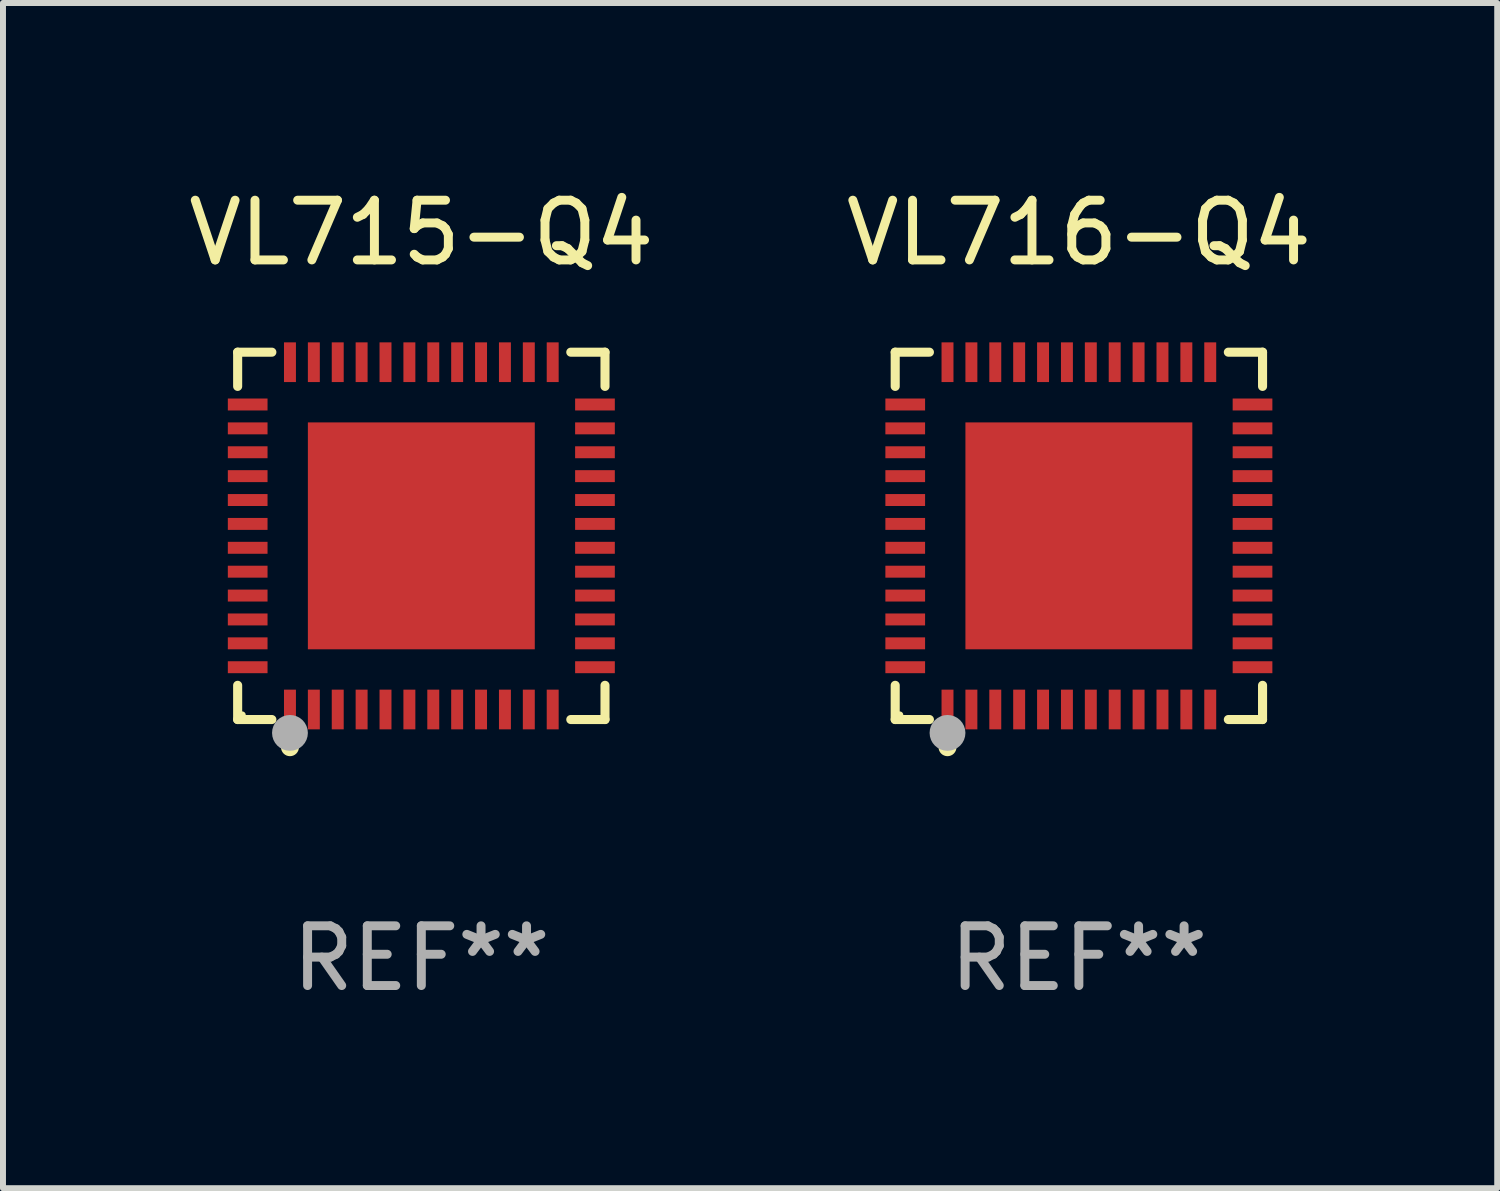
<source format=kicad_pcb>
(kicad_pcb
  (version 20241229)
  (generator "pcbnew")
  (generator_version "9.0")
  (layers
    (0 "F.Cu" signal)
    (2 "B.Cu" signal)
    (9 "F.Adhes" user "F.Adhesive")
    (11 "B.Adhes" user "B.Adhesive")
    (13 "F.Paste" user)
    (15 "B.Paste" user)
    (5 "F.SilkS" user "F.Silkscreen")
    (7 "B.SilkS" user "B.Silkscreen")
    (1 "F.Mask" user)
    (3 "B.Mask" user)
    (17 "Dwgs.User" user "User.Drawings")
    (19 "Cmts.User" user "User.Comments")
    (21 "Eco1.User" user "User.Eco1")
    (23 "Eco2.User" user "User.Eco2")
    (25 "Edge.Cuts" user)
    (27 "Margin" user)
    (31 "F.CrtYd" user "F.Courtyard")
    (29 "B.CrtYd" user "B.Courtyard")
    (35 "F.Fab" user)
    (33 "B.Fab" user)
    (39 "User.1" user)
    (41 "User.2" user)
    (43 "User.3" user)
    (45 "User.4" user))
  (footprint "VL716-Q4"
    (layer "F.Cu")
    (at 15.018 5.924)
    (property "Reference" "VL716-Q4" (at 0 -5.076 0) (layer "F.SilkS") (effects (font (size 1 1) (thickness 0.15))))
    (attr through_hole)
    (fp_line (start -3.076 -3.076) (end -2.503 -3.076) (stroke (width 0.152) (type solid)) (layer "F.SilkS"))
    (fp_line (start -3.076 -2.503) (end -3.076 -3.076) (stroke (width 0.152) (type solid)) (layer "F.SilkS"))
    (fp_line (start -3.076 2.503) (end -3.076 3.076) (stroke (width 0.152) (type solid)) (layer "F.SilkS"))
    (fp_line (start -3.076 3.076) (end -2.503 3.076) (stroke (width 0.152) (type solid)) (layer "F.SilkS"))
    (fp_line (start 3.076 -3.076) (end 2.503 -3.076) (stroke (width 0.152) (type solid)) (layer "F.SilkS"))
    (fp_line (start 3.076 -2.503) (end 3.076 -3.076) (stroke (width 0.152) (type solid)) (layer "F.SilkS"))
    (fp_line (start 3.076 2.503) (end 3.076 3.076) (stroke (width 0.152) (type solid)) (layer "F.SilkS"))
    (fp_line (start 3.076 3.076) (end 2.503 3.076) (stroke (width 0.152) (type solid)) (layer "F.SilkS"))
    (fp_circle (center -3 3) (end -2.97 3) (stroke (width 0.06) (type solid)) (fill no) (layer "F.SilkS"))
    (fp_circle (center -2.2 3.54) (end -2.125 3.54) (stroke (width 0.15) (type solid)) (fill no) (layer "F.SilkS"))
    (fp_circle (center -2.2 3.3) (end -2.05 3.3) (stroke (width 0.3) (type solid)) (fill no) (layer "F.Fab"))
    (fp_text user "REF**" (at 0 7.076 0) (layer "F.Fab") (effects (font (size 1 1) (thickness 0.15))))
    (pad "1" smd rect (at -2.2 2.908) (size 0.2 0.665) (layers "F.Cu" "F.Mask" "F.Paste"))
    (pad "2" smd rect (at -1.8 2.908) (size 0.2 0.665) (layers "F.Cu" "F.Mask" "F.Paste"))
    (pad "3" smd rect (at -1.4 2.908) (size 0.2 0.665) (layers "F.Cu" "F.Mask" "F.Paste"))
    (pad "4" smd rect (at -1 2.908) (size 0.2 0.665) (layers "F.Cu" "F.Mask" "F.Paste"))
    (pad "5" smd rect (at -0.6 2.908) (size 0.2 0.665) (layers "F.Cu" "F.Mask" "F.Paste"))
    (pad "6" smd rect (at -0.2 2.908) (size 0.2 0.665) (layers "F.Cu" "F.Mask" "F.Paste"))
    (pad "7" smd rect (at 0.2 2.908) (size 0.2 0.665) (layers "F.Cu" "F.Mask" "F.Paste"))
    (pad "8" smd rect (at 0.6 2.908) (size 0.2 0.665) (layers "F.Cu" "F.Mask" "F.Paste"))
    (pad "9" smd rect (at 1 2.908) (size 0.2 0.665) (layers "F.Cu" "F.Mask" "F.Paste"))
    (pad "10" smd rect (at 1.4 2.908) (size 0.2 0.665) (layers "F.Cu" "F.Mask" "F.Paste"))
    (pad "11" smd rect (at 1.8 2.908) (size 0.2 0.665) (layers "F.Cu" "F.Mask" "F.Paste"))
    (pad "12" smd rect (at 2.2 2.908) (size 0.2 0.665) (layers "F.Cu" "F.Mask" "F.Paste"))
    (pad "13" smd rect (at 2.908 2.2) (size 0.665 0.2) (layers "F.Cu" "F.Mask" "F.Paste"))
    (pad "14" smd rect (at 2.908 1.8) (size 0.665 0.2) (layers "F.Cu" "F.Mask" "F.Paste"))
    (pad "15" smd rect (at 2.908 1.4) (size 0.665 0.2) (layers "F.Cu" "F.Mask" "F.Paste"))
    (pad "16" smd rect (at 2.908 1) (size 0.665 0.2) (layers "F.Cu" "F.Mask" "F.Paste"))
    (pad "17" smd rect (at 2.908 0.6) (size 0.665 0.2) (layers "F.Cu" "F.Mask" "F.Paste"))
    (pad "18" smd rect (at 2.908 0.2) (size 0.665 0.2) (layers "F.Cu" "F.Mask" "F.Paste"))
    (pad "19" smd rect (at 2.908 -0.2) (size 0.665 0.2) (layers "F.Cu" "F.Mask" "F.Paste"))
    (pad "20" smd rect (at 2.908 -0.6) (size 0.665 0.2) (layers "F.Cu" "F.Mask" "F.Paste"))
    (pad "21" smd rect (at 2.908 -1) (size 0.665 0.2) (layers "F.Cu" "F.Mask" "F.Paste"))
    (pad "22" smd rect (at 2.908 -1.4) (size 0.665 0.2) (layers "F.Cu" "F.Mask" "F.Paste"))
    (pad "23" smd rect (at 2.908 -1.8) (size 0.665 0.2) (layers "F.Cu" "F.Mask" "F.Paste"))
    (pad "24" smd rect (at 2.908 -2.2) (size 0.665 0.2) (layers "F.Cu" "F.Mask" "F.Paste"))
    (pad "25" smd rect (at 2.2 -2.908) (size 0.2 0.665) (layers "F.Cu" "F.Mask" "F.Paste"))
    (pad "26" smd rect (at 1.8 -2.908) (size 0.2 0.665) (layers "F.Cu" "F.Mask" "F.Paste"))
    (pad "27" smd rect (at 1.4 -2.908) (size 0.2 0.665) (layers "F.Cu" "F.Mask" "F.Paste"))
    (pad "28" smd rect (at 1 -2.908) (size 0.2 0.665) (layers "F.Cu" "F.Mask" "F.Paste"))
    (pad "29" smd rect (at 0.6 -2.908) (size 0.2 0.665) (layers "F.Cu" "F.Mask" "F.Paste"))
    (pad "30" smd rect (at 0.2 -2.908) (size 0.2 0.665) (layers "F.Cu" "F.Mask" "F.Paste"))
    (pad "31" smd rect (at -0.2 -2.908) (size 0.2 0.665) (layers "F.Cu" "F.Mask" "F.Paste"))
    (pad "32" smd rect (at -0.6 -2.908) (size 0.2 0.665) (layers "F.Cu" "F.Mask" "F.Paste"))
    (pad "33" smd rect (at -1 -2.908) (size 0.2 0.665) (layers "F.Cu" "F.Mask" "F.Paste"))
    (pad "34" smd rect (at -1.4 -2.908) (size 0.2 0.665) (layers "F.Cu" "F.Mask" "F.Paste"))
    (pad "35" smd rect (at -1.8 -2.908) (size 0.2 0.665) (layers "F.Cu" "F.Mask" "F.Paste"))
    (pad "36" smd rect (at -2.2 -2.908) (size 0.2 0.665) (layers "F.Cu" "F.Mask" "F.Paste"))
    (pad "37" smd rect (at -2.908 -2.2) (size 0.665 0.2) (layers "F.Cu" "F.Mask" "F.Paste"))
    (pad "38" smd rect (at -2.908 -1.8) (size 0.665 0.2) (layers "F.Cu" "F.Mask" "F.Paste"))
    (pad "39" smd rect (at -2.908 -1.4) (size 0.665 0.2) (layers "F.Cu" "F.Mask" "F.Paste"))
    (pad "40" smd rect (at -2.908 -1) (size 0.665 0.2) (layers "F.Cu" "F.Mask" "F.Paste"))
    (pad "41" smd rect (at -2.908 -0.6) (size 0.665 0.2) (layers "F.Cu" "F.Mask" "F.Paste"))
    (pad "42" smd rect (at -2.908 -0.2) (size 0.665 0.2) (layers "F.Cu" "F.Mask" "F.Paste"))
    (pad "43" smd rect (at -2.908 0.2) (size 0.665 0.2) (layers "F.Cu" "F.Mask" "F.Paste"))
    (pad "44" smd rect (at -2.908 0.6) (size 0.665 0.2) (layers "F.Cu" "F.Mask" "F.Paste"))
    (pad "45" smd rect (at -2.908 1) (size 0.665 0.2) (layers "F.Cu" "F.Mask" "F.Paste"))
    (pad "46" smd rect (at -2.908 1.4) (size 0.665 0.2) (layers "F.Cu" "F.Mask" "F.Paste"))
    (pad "47" smd rect (at -2.908 1.8) (size 0.665 0.2) (layers "F.Cu" "F.Mask" "F.Paste"))
    (pad "48" smd rect (at -2.908 2.2) (size 0.665 0.2) (layers "F.Cu" "F.Mask" "F.Paste"))
    (pad "49" smd rect (at 0 0) (size 3.8 3.8) (layers "F.Cu" "F.Mask" "F.Paste")))
  (footprint "VL715-Q4"
    (layer "F.Cu")
    (at 4.006 5.924)
    (property "Reference" "VL715-Q4" (at 0 -5.076 0) (layer "F.SilkS") (effects (font (size 1 1) (thickness 0.15))))
    (attr through_hole)
    (fp_line (start -3.076 -3.076) (end -2.503 -3.076) (stroke (width 0.152) (type solid)) (layer "F.SilkS"))
    (fp_line (start -3.076 -2.503) (end -3.076 -3.076) (stroke (width 0.152) (type solid)) (layer "F.SilkS"))
    (fp_line (start -3.076 2.503) (end -3.076 3.076) (stroke (width 0.152) (type solid)) (layer "F.SilkS"))
    (fp_line (start -3.076 3.076) (end -2.503 3.076) (stroke (width 0.152) (type solid)) (layer "F.SilkS"))
    (fp_line (start 3.076 -3.076) (end 2.503 -3.076) (stroke (width 0.152) (type solid)) (layer "F.SilkS"))
    (fp_line (start 3.076 -2.503) (end 3.076 -3.076) (stroke (width 0.152) (type solid)) (layer "F.SilkS"))
    (fp_line (start 3.076 2.503) (end 3.076 3.076) (stroke (width 0.152) (type solid)) (layer "F.SilkS"))
    (fp_line (start 3.076 3.076) (end 2.503 3.076) (stroke (width 0.152) (type solid)) (layer "F.SilkS"))
    (fp_circle (center -3 3) (end -2.97 3) (stroke (width 0.06) (type solid)) (fill no) (layer "F.SilkS"))
    (fp_circle (center -2.2 3.54) (end -2.125 3.54) (stroke (width 0.15) (type solid)) (fill no) (layer "F.SilkS"))
    (fp_circle (center -2.2 3.3) (end -2.05 3.3) (stroke (width 0.3) (type solid)) (fill no) (layer "F.Fab"))
    (fp_text user "REF**" (at 0 7.076 0) (layer "F.Fab") (effects (font (size 1 1) (thickness 0.15))))
    (pad "1" smd rect (at -2.2 2.908) (size 0.2 0.665) (layers "F.Cu" "F.Mask" "F.Paste"))
    (pad "2" smd rect (at -1.8 2.908) (size 0.2 0.665) (layers "F.Cu" "F.Mask" "F.Paste"))
    (pad "3" smd rect (at -1.4 2.908) (size 0.2 0.665) (layers "F.Cu" "F.Mask" "F.Paste"))
    (pad "4" smd rect (at -1 2.908) (size 0.2 0.665) (layers "F.Cu" "F.Mask" "F.Paste"))
    (pad "5" smd rect (at -0.6 2.908) (size 0.2 0.665) (layers "F.Cu" "F.Mask" "F.Paste"))
    (pad "6" smd rect (at -0.2 2.908) (size 0.2 0.665) (layers "F.Cu" "F.Mask" "F.Paste"))
    (pad "7" smd rect (at 0.2 2.908) (size 0.2 0.665) (layers "F.Cu" "F.Mask" "F.Paste"))
    (pad "8" smd rect (at 0.6 2.908) (size 0.2 0.665) (layers "F.Cu" "F.Mask" "F.Paste"))
    (pad "9" smd rect (at 1 2.908) (size 0.2 0.665) (layers "F.Cu" "F.Mask" "F.Paste"))
    (pad "10" smd rect (at 1.4 2.908) (size 0.2 0.665) (layers "F.Cu" "F.Mask" "F.Paste"))
    (pad "11" smd rect (at 1.8 2.908) (size 0.2 0.665) (layers "F.Cu" "F.Mask" "F.Paste"))
    (pad "12" smd rect (at 2.2 2.908) (size 0.2 0.665) (layers "F.Cu" "F.Mask" "F.Paste"))
    (pad "13" smd rect (at 2.908 2.2) (size 0.665 0.2) (layers "F.Cu" "F.Mask" "F.Paste"))
    (pad "14" smd rect (at 2.908 1.8) (size 0.665 0.2) (layers "F.Cu" "F.Mask" "F.Paste"))
    (pad "15" smd rect (at 2.908 1.4) (size 0.665 0.2) (layers "F.Cu" "F.Mask" "F.Paste"))
    (pad "16" smd rect (at 2.908 1) (size 0.665 0.2) (layers "F.Cu" "F.Mask" "F.Paste"))
    (pad "17" smd rect (at 2.908 0.6) (size 0.665 0.2) (layers "F.Cu" "F.Mask" "F.Paste"))
    (pad "18" smd rect (at 2.908 0.2) (size 0.665 0.2) (layers "F.Cu" "F.Mask" "F.Paste"))
    (pad "19" smd rect (at 2.908 -0.2) (size 0.665 0.2) (layers "F.Cu" "F.Mask" "F.Paste"))
    (pad "20" smd rect (at 2.908 -0.6) (size 0.665 0.2) (layers "F.Cu" "F.Mask" "F.Paste"))
    (pad "21" smd rect (at 2.908 -1) (size 0.665 0.2) (layers "F.Cu" "F.Mask" "F.Paste"))
    (pad "22" smd rect (at 2.908 -1.4) (size 0.665 0.2) (layers "F.Cu" "F.Mask" "F.Paste"))
    (pad "23" smd rect (at 2.908 -1.8) (size 0.665 0.2) (layers "F.Cu" "F.Mask" "F.Paste"))
    (pad "24" smd rect (at 2.908 -2.2) (size 0.665 0.2) (layers "F.Cu" "F.Mask" "F.Paste"))
    (pad "25" smd rect (at 2.2 -2.908) (size 0.2 0.665) (layers "F.Cu" "F.Mask" "F.Paste"))
    (pad "26" smd rect (at 1.8 -2.908) (size 0.2 0.665) (layers "F.Cu" "F.Mask" "F.Paste"))
    (pad "27" smd rect (at 1.4 -2.908) (size 0.2 0.665) (layers "F.Cu" "F.Mask" "F.Paste"))
    (pad "28" smd rect (at 1 -2.908) (size 0.2 0.665) (layers "F.Cu" "F.Mask" "F.Paste"))
    (pad "29" smd rect (at 0.6 -2.908) (size 0.2 0.665) (layers "F.Cu" "F.Mask" "F.Paste"))
    (pad "30" smd rect (at 0.2 -2.908) (size 0.2 0.665) (layers "F.Cu" "F.Mask" "F.Paste"))
    (pad "31" smd rect (at -0.2 -2.908) (size 0.2 0.665) (layers "F.Cu" "F.Mask" "F.Paste"))
    (pad "32" smd rect (at -0.6 -2.908) (size 0.2 0.665) (layers "F.Cu" "F.Mask" "F.Paste"))
    (pad "33" smd rect (at -1 -2.908) (size 0.2 0.665) (layers "F.Cu" "F.Mask" "F.Paste"))
    (pad "34" smd rect (at -1.4 -2.908) (size 0.2 0.665) (layers "F.Cu" "F.Mask" "F.Paste"))
    (pad "35" smd rect (at -1.8 -2.908) (size 0.2 0.665) (layers "F.Cu" "F.Mask" "F.Paste"))
    (pad "36" smd rect (at -2.2 -2.908) (size 0.2 0.665) (layers "F.Cu" "F.Mask" "F.Paste"))
    (pad "37" smd rect (at -2.908 -2.2) (size 0.665 0.2) (layers "F.Cu" "F.Mask" "F.Paste"))
    (pad "38" smd rect (at -2.908 -1.8) (size 0.665 0.2) (layers "F.Cu" "F.Mask" "F.Paste"))
    (pad "39" smd rect (at -2.908 -1.4) (size 0.665 0.2) (layers "F.Cu" "F.Mask" "F.Paste"))
    (pad "40" smd rect (at -2.908 -1) (size 0.665 0.2) (layers "F.Cu" "F.Mask" "F.Paste"))
    (pad "41" smd rect (at -2.908 -0.6) (size 0.665 0.2) (layers "F.Cu" "F.Mask" "F.Paste"))
    (pad "42" smd rect (at -2.908 -0.2) (size 0.665 0.2) (layers "F.Cu" "F.Mask" "F.Paste"))
    (pad "43" smd rect (at -2.908 0.2) (size 0.665 0.2) (layers "F.Cu" "F.Mask" "F.Paste"))
    (pad "44" smd rect (at -2.908 0.6) (size 0.665 0.2) (layers "F.Cu" "F.Mask" "F.Paste"))
    (pad "45" smd rect (at -2.908 1) (size 0.665 0.2) (layers "F.Cu" "F.Mask" "F.Paste"))
    (pad "46" smd rect (at -2.908 1.4) (size 0.665 0.2) (layers "F.Cu" "F.Mask" "F.Paste"))
    (pad "47" smd rect (at -2.908 1.8) (size 0.665 0.2) (layers "F.Cu" "F.Mask" "F.Paste"))
    (pad "48" smd rect (at -2.908 2.2) (size 0.665 0.2) (layers "F.Cu" "F.Mask" "F.Paste"))
    (pad "49" smd rect (at 0 0) (size 3.8 3.8) (layers "F.Cu" "F.Mask" "F.Paste")))
  (gr_rect
    (start -3 -3)
    (end 22.024 16.849)
    (stroke (width 0.1) (type default))
    (fill no)
    (layer "Edge.Cuts")))
</source>
